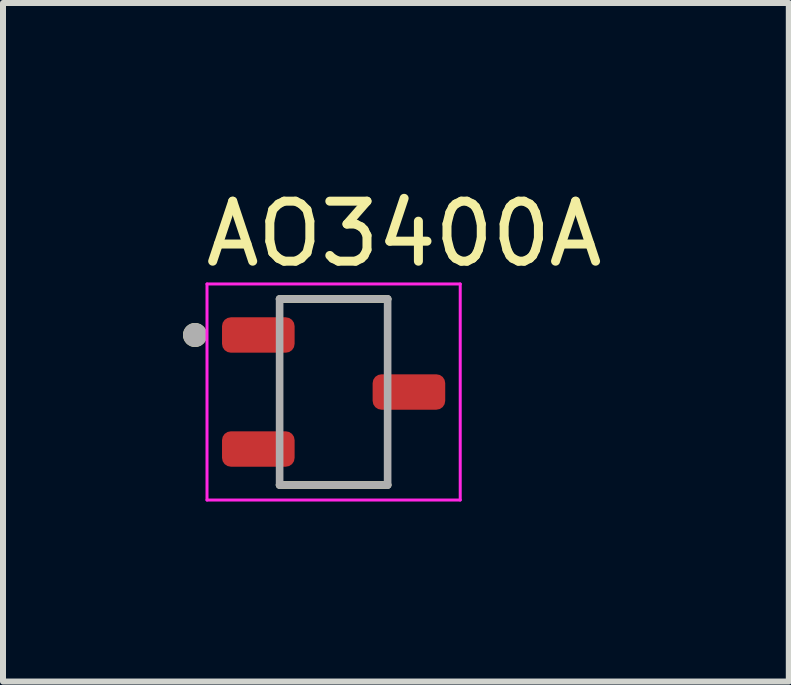
<source format=kicad_pcb>
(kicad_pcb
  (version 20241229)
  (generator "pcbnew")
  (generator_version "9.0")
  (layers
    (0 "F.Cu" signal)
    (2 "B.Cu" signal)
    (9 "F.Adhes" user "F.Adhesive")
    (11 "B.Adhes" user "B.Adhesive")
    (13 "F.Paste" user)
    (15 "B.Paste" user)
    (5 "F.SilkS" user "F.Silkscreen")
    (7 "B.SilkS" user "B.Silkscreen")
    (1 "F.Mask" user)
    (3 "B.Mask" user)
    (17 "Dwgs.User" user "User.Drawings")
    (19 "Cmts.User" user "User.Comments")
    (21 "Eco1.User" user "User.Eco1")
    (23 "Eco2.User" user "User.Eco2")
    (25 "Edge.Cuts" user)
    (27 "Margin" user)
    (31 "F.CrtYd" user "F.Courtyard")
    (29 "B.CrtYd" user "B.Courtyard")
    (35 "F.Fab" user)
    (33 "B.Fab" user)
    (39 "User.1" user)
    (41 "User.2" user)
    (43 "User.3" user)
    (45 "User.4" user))
  (footprint "AO3400A"
    (layer "F.Cu")
    (at 2.51 3.483)
    (property "Reference" "AO3400A" (at 1.175 -2.635 0) (layer "F.SilkS") (effects (font (size 1 1) (thickness 0.15))))
    (attr smd)
    (fp_line (start -0.9 1.55) (end 0.9 1.55) (stroke (width 0.127) (type solid)) (layer "F.SilkS"))
    (fp_line (start 0.9 -1.55) (end -0.9 -1.55) (stroke (width 0.127) (type solid)) (layer "F.SilkS"))
    (fp_circle (center -2.31 -0.95) (end -2.21 -0.95) (stroke (width 0.2) (type solid)) (fill no) (layer "F.SilkS"))
    (fp_line (start -2.11 -1.8) (end 2.11 -1.8) (stroke (width 0.05) (type solid)) (layer "F.CrtYd"))
    (fp_line (start -2.11 1.8) (end -2.11 -1.8) (stroke (width 0.05) (type solid)) (layer "F.CrtYd"))
    (fp_line (start 2.11 -1.8) (end 2.11 1.8) (stroke (width 0.05) (type solid)) (layer "F.CrtYd"))
    (fp_line (start 2.11 1.8) (end -2.11 1.8) (stroke (width 0.05) (type solid)) (layer "F.CrtYd"))
    (fp_line (start -0.9 -1.55) (end -0.9 1.55) (stroke (width 0.127) (type solid)) (layer "F.Fab"))
    (fp_line (start -0.9 1.55) (end 0.9 1.55) (stroke (width 0.127) (type solid)) (layer "F.Fab"))
    (fp_line (start 0.9 -1.55) (end -0.9 -1.55) (stroke (width 0.127) (type solid)) (layer "F.Fab"))
    (fp_line (start 0.9 1.55) (end 0.9 -1.55) (stroke (width 0.127) (type solid)) (layer "F.Fab"))
    (fp_circle (center -2.31 -0.95) (end -2.21 -0.95) (stroke (width 0.2) (type solid)) (fill no) (layer "F.Fab"))
    (pad "1" smd roundrect (at -1.255 -0.95) (size 1.21 0.59) (layers "F.Cu" "F.Mask" "F.Paste") (roundrect_rratio 0.25))
    (pad "2" smd roundrect (at -1.255 0.95) (size 1.21 0.59) (layers "F.Cu" "F.Mask" "F.Paste") (roundrect_rratio 0.25))
    (pad "3" smd roundrect (at 1.255 0) (size 1.21 0.59) (layers "F.Cu" "F.Mask" "F.Paste") (roundrect_rratio 0.25)))
  (gr_rect
    (start -3 -3)
    (end 10.096 8.308)
    (stroke (width 0.1) (type default))
    (fill no)
    (layer "Edge.Cuts")))
</source>
